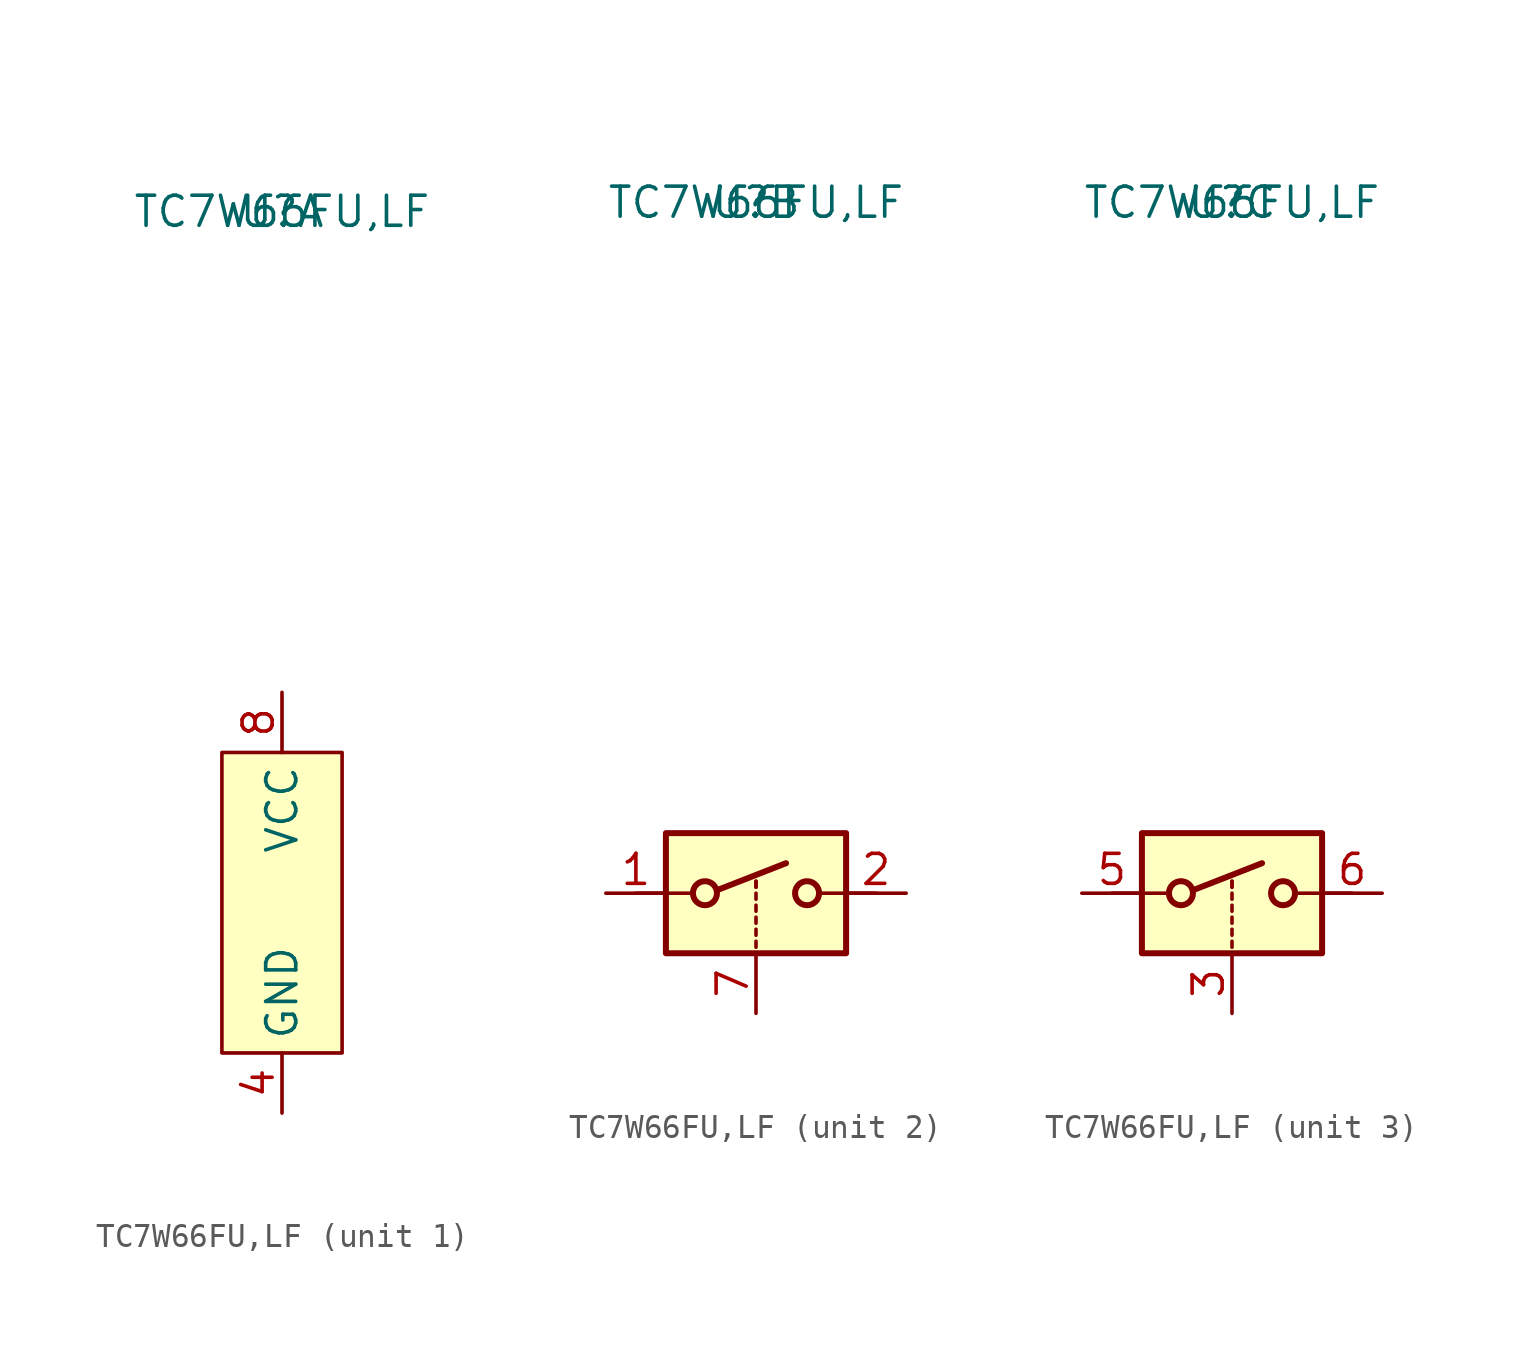
<source format=kicad_sym>
(kicad_symbol_lib
  (version 20220914)
  (generator kicad_symbol_editor)
  (symbol "TC7W66FU,LF"
    (property "Reference" "U"
      (at 0 29.21 0)
      (effects (font (size 1.27 1.27))))
    (property "Value" "TC7W66FU,LF"
      (at 0 29.21 0)
      (effects (font (size 1.27 1.27))))
    (property "ki_locked" ""
      (at 0 0 0)
      (effects (font (size 1.27 1.27))))
    (symbol "TC7W66FU,LF_1_1"
      (rectangle (start -2.54 6.35) (end 2.54 -6.35) (stroke (width 0) (type default)) (fill (type background)))
      (pin passive line (at 0 -8.89 90) (length 2.54) (name "GND" (effects (font (size 1.27 1.27)))) (number "4" (effects (font (size 1.27 1.27)))))
      (pin passive line (at 0 8.89 270) (length 2.54) (name "VCC" (effects (font (size 1.27 1.27)))) (number "8" (effects (font (size 1.27 1.27))))))
    (symbol "TC7W66FU,LF_2_1"
      (rectangle (start -3.81 2.54) (end 3.81 -2.54) (stroke (width 0.254) (type default)) (fill (type background)))
      (circle (center -2.159 0) (radius 0.508) (stroke (width 0.254) (type default)) (fill (type none)))
      (polyline (pts (xy -5.08 0) (xy -2.794 0)) (stroke (width 0) (type default)) (fill (type none)))
      (polyline (pts (xy -1.651 0.127) (xy 1.27 1.27)) (stroke (width 0.254) (type default)) (fill (type none)))
      (polyline (pts (xy 0 -2.286) (xy 0 -2.032)) (stroke (width 0) (type default)) (fill (type none)))
      (polyline (pts (xy 0 -1.778) (xy 0 -1.524)) (stroke (width 0) (type default)) (fill (type none)))
      (polyline (pts (xy 0 -1.27) (xy 0 -1.016)) (stroke (width 0) (type default)) (fill (type none)))
      (polyline (pts (xy 0 -0.762) (xy 0 -0.508)) (stroke (width 0) (type default)) (fill (type none)))
      (polyline (pts (xy 0 -0.254) (xy 0 0)) (stroke (width 0) (type default)) (fill (type none)))
      (polyline (pts (xy 0 0.254) (xy 0 0.508)) (stroke (width 0) (type default)) (fill (type none)))
      (polyline (pts (xy 0 0.254) (xy 0 0.508)) (stroke (width 0) (type default)) (fill (type none)))
      (polyline (pts (xy 5.08 0) (xy 2.794 0)) (stroke (width 0) (type default)) (fill (type none)))
      (circle (center 2.159 0) (radius 0.508) (stroke (width 0.254) (type default)) (fill (type none)))
      (pin passive line (at -6.35 0 0) (length 2.54) (name "~" (effects (font (size 1.27 1.27)))) (number "1" (effects (font (size 1.27 1.27)))))
      (pin passive line (at 6.35 0 180) (length 2.54) (name "~" (effects (font (size 1.27 1.27)))) (number "2" (effects (font (size 1.27 1.27)))))
      (pin input line (at 0 -5.08 90) (length 2.54) (name "~" (effects (font (size 1.27 1.27)))) (number "7" (effects (font (size 1.27 1.27))))))
    (symbol "TC7W66FU,LF_3_1"
      (rectangle (start -3.81 2.54) (end 3.81 -2.54) (stroke (width 0.254) (type default)) (fill (type background)))
      (circle (center -2.159 0) (radius 0.508) (stroke (width 0.254) (type default)) (fill (type none)))
      (polyline (pts (xy -5.08 0) (xy -2.794 0)) (stroke (width 0) (type default)) (fill (type none)))
      (polyline (pts (xy -1.651 0.127) (xy 1.27 1.27)) (stroke (width 0.254) (type default)) (fill (type none)))
      (polyline (pts (xy 0 -2.286) (xy 0 -2.032)) (stroke (width 0) (type default)) (fill (type none)))
      (polyline (pts (xy 0 -1.778) (xy 0 -1.524)) (stroke (width 0) (type default)) (fill (type none)))
      (polyline (pts (xy 0 -1.27) (xy 0 -1.016)) (stroke (width 0) (type default)) (fill (type none)))
      (polyline (pts (xy 0 -0.762) (xy 0 -0.508)) (stroke (width 0) (type default)) (fill (type none)))
      (polyline (pts (xy 0 -0.254) (xy 0 0)) (stroke (width 0) (type default)) (fill (type none)))
      (polyline (pts (xy 0 0.254) (xy 0 0.508)) (stroke (width 0) (type default)) (fill (type none)))
      (polyline (pts (xy 0 0.254) (xy 0 0.508)) (stroke (width 0) (type default)) (fill (type none)))
      (polyline (pts (xy 5.08 0) (xy 2.794 0)) (stroke (width 0) (type default)) (fill (type none)))
      (circle (center 2.159 0) (radius 0.508) (stroke (width 0.254) (type default)) (fill (type none)))
      (pin input line (at 0 -5.08 90) (length 2.54) (name "~" (effects (font (size 1.27 1.27)))) (number "3" (effects (font (size 1.27 1.27)))))
      (pin passive line (at -6.35 0 0) (length 2.54) (name "~" (effects (font (size 1.27 1.27)))) (number "5" (effects (font (size 1.27 1.27)))))
      (pin passive line (at 6.35 0 180) (length 2.54) (name "~" (effects (font (size 1.27 1.27)))) (number "6" (effects (font (size 1.27 1.27))))))))
</source>
